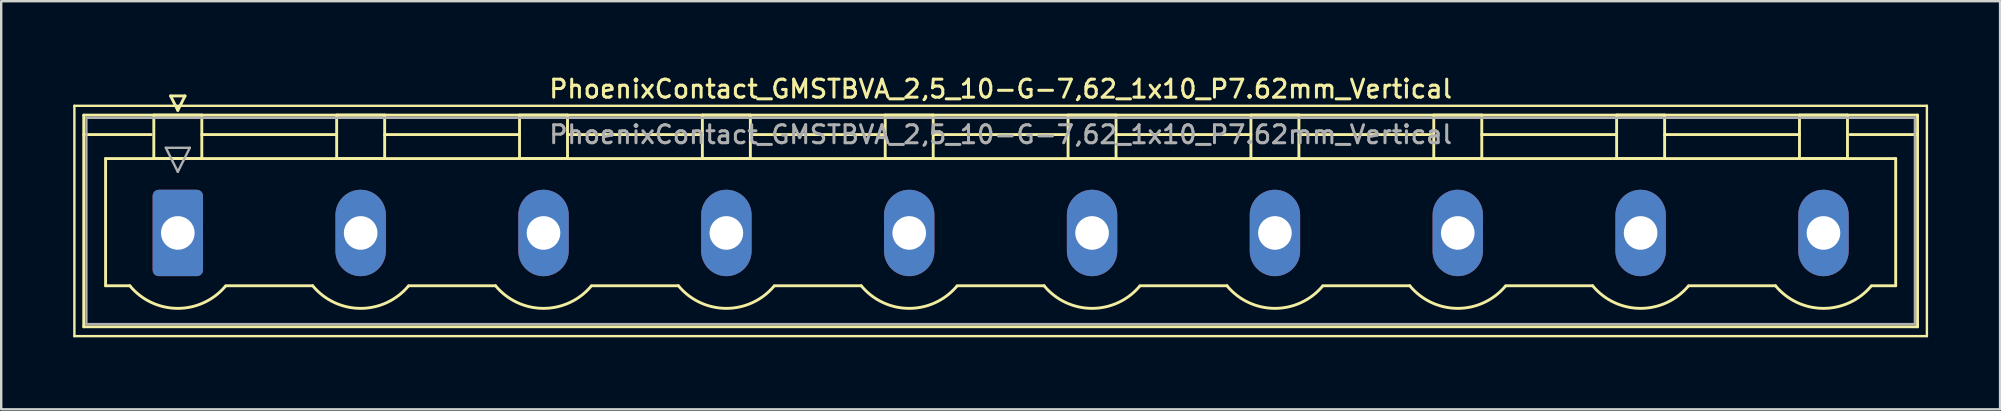
<source format=kicad_pcb>
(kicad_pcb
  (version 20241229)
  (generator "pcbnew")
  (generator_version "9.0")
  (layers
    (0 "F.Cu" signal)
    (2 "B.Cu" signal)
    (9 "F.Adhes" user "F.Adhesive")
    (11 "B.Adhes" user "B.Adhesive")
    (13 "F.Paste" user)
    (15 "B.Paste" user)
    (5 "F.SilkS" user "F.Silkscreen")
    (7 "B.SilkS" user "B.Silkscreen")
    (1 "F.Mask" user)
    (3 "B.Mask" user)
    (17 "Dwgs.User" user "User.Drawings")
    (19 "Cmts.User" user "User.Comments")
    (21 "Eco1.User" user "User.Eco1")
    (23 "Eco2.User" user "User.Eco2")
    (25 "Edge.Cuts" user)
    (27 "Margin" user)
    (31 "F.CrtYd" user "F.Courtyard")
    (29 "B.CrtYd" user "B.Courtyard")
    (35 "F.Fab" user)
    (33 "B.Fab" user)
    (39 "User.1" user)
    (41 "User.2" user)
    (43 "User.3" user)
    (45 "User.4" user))
  (footprint "PhoenixContact_GMSTBVA_2,5_10-G-7,62_1x10_P7.62mm_Vertical"
    (layer "F.Cu")
    (at 4.36 6.658)
    (property "Reference" "PhoenixContact_GMSTBVA_2,5_10-G-7,62_1x10_P7.62mm_Vertical" (at 34.29 -6 0) (layer "F.SilkS") (effects (font (size 0.75 0.75) (thickness 0.125))))
    (attr through_hole)
    (fp_line (start -4.31 -5.3) (end -4.31 4.3) (stroke (width 0.1) (type solid)) (layer "F.SilkS"))
    (fp_line (start -4.31 4.3) (end 72.89 4.3) (stroke (width 0.1) (type solid)) (layer "F.SilkS"))
    (fp_line (start -3.92 -4.91) (end -3.92 3.91) (stroke (width 0.12) (type solid)) (layer "F.SilkS"))
    (fp_line (start -3.92 -4.1) (end -1.11 -4.1) (stroke (width 0.12) (type solid)) (layer "F.SilkS"))
    (fp_line (start -3.92 3.91) (end 72.5 3.91) (stroke (width 0.12) (type solid)) (layer "F.SilkS"))
    (fp_line (start -3.01 -3.1) (end 71.59 -3.1) (stroke (width 0.12) (type solid)) (layer "F.SilkS"))
    (fp_line (start -3.01 2.2) (end -3.01 -3.1) (stroke (width 0.12) (type solid)) (layer "F.SilkS"))
    (fp_line (start -2 2.2) (end -3.01 2.2) (stroke (width 0.12) (type solid)) (layer "F.SilkS"))
    (fp_line (start -1 -4.91) (end 1 -4.91) (stroke (width 0.12) (type solid)) (layer "F.SilkS"))
    (fp_line (start -1 -3.1) (end -1 -4.91) (stroke (width 0.12) (type solid)) (layer "F.SilkS"))
    (fp_line (start -0.3 -5.71) (end 0.3 -5.71) (stroke (width 0.12) (type solid)) (layer "F.SilkS"))
    (fp_line (start 0 -5.11) (end -0.3 -5.71) (stroke (width 0.12) (type solid)) (layer "F.SilkS"))
    (fp_line (start 0.3 -5.71) (end 0 -5.11) (stroke (width 0.12) (type solid)) (layer "F.SilkS"))
    (fp_line (start 1 -4.91) (end 1 -3.1) (stroke (width 0.12) (type solid)) (layer "F.SilkS"))
    (fp_line (start 1 -4.1) (end 6.62 -4.1) (stroke (width 0.12) (type solid)) (layer "F.SilkS"))
    (fp_line (start 1 -3.1) (end -1 -3.1) (stroke (width 0.12) (type solid)) (layer "F.SilkS"))
    (fp_line (start 2 2.2) (end 5.62 2.2) (stroke (width 0.12) (type solid)) (layer "F.SilkS"))
    (fp_line (start 6.62 -4.91) (end 8.62 -4.91) (stroke (width 0.12) (type solid)) (layer "F.SilkS"))
    (fp_line (start 6.62 -3.1) (end 6.62 -4.91) (stroke (width 0.12) (type solid)) (layer "F.SilkS"))
    (fp_line (start 8.62 -4.91) (end 8.62 -3.1) (stroke (width 0.12) (type solid)) (layer "F.SilkS"))
    (fp_line (start 8.62 -4.1) (end 14.24 -4.1) (stroke (width 0.12) (type solid)) (layer "F.SilkS"))
    (fp_line (start 8.62 -3.1) (end 6.62 -3.1) (stroke (width 0.12) (type solid)) (layer "F.SilkS"))
    (fp_line (start 9.62 2.2) (end 13.24 2.2) (stroke (width 0.12) (type solid)) (layer "F.SilkS"))
    (fp_line (start 14.24 -4.91) (end 16.24 -4.91) (stroke (width 0.12) (type solid)) (layer "F.SilkS"))
    (fp_line (start 14.24 -3.1) (end 14.24 -4.91) (stroke (width 0.12) (type solid)) (layer "F.SilkS"))
    (fp_line (start 16.24 -4.91) (end 16.24 -3.1) (stroke (width 0.12) (type solid)) (layer "F.SilkS"))
    (fp_line (start 16.24 -4.1) (end 21.86 -4.1) (stroke (width 0.12) (type solid)) (layer "F.SilkS"))
    (fp_line (start 16.24 -3.1) (end 14.24 -3.1) (stroke (width 0.12) (type solid)) (layer "F.SilkS"))
    (fp_line (start 17.24 2.2) (end 20.86 2.2) (stroke (width 0.12) (type solid)) (layer "F.SilkS"))
    (fp_line (start 21.86 -4.91) (end 23.86 -4.91) (stroke (width 0.12) (type solid)) (layer "F.SilkS"))
    (fp_line (start 21.86 -3.1) (end 21.86 -4.91) (stroke (width 0.12) (type solid)) (layer "F.SilkS"))
    (fp_line (start 23.86 -4.91) (end 23.86 -3.1) (stroke (width 0.12) (type solid)) (layer "F.SilkS"))
    (fp_line (start 23.86 -4.1) (end 29.48 -4.1) (stroke (width 0.12) (type solid)) (layer "F.SilkS"))
    (fp_line (start 23.86 -3.1) (end 21.86 -3.1) (stroke (width 0.12) (type solid)) (layer "F.SilkS"))
    (fp_line (start 24.86 2.2) (end 28.48 2.2) (stroke (width 0.12) (type solid)) (layer "F.SilkS"))
    (fp_line (start 29.48 -4.91) (end 31.48 -4.91) (stroke (width 0.12) (type solid)) (layer "F.SilkS"))
    (fp_line (start 29.48 -3.1) (end 29.48 -4.91) (stroke (width 0.12) (type solid)) (layer "F.SilkS"))
    (fp_line (start 31.48 -4.91) (end 31.48 -3.1) (stroke (width 0.12) (type solid)) (layer "F.SilkS"))
    (fp_line (start 31.48 -4.1) (end 37.1 -4.1) (stroke (width 0.12) (type solid)) (layer "F.SilkS"))
    (fp_line (start 31.48 -3.1) (end 29.48 -3.1) (stroke (width 0.12) (type solid)) (layer "F.SilkS"))
    (fp_line (start 32.48 2.2) (end 36.1 2.2) (stroke (width 0.12) (type solid)) (layer "F.SilkS"))
    (fp_line (start 37.1 -4.91) (end 39.1 -4.91) (stroke (width 0.12) (type solid)) (layer "F.SilkS"))
    (fp_line (start 37.1 -3.1) (end 37.1 -4.91) (stroke (width 0.12) (type solid)) (layer "F.SilkS"))
    (fp_line (start 39.1 -4.91) (end 39.1 -3.1) (stroke (width 0.12) (type solid)) (layer "F.SilkS"))
    (fp_line (start 39.1 -4.1) (end 44.72 -4.1) (stroke (width 0.12) (type solid)) (layer "F.SilkS"))
    (fp_line (start 39.1 -3.1) (end 37.1 -3.1) (stroke (width 0.12) (type solid)) (layer "F.SilkS"))
    (fp_line (start 40.1 2.2) (end 43.72 2.2) (stroke (width 0.12) (type solid)) (layer "F.SilkS"))
    (fp_line (start 44.72 -4.91) (end 46.72 -4.91) (stroke (width 0.12) (type solid)) (layer "F.SilkS"))
    (fp_line (start 44.72 -3.1) (end 44.72 -4.91) (stroke (width 0.12) (type solid)) (layer "F.SilkS"))
    (fp_line (start 46.72 -4.91) (end 46.72 -3.1) (stroke (width 0.12) (type solid)) (layer "F.SilkS"))
    (fp_line (start 46.72 -4.1) (end 52.34 -4.1) (stroke (width 0.12) (type solid)) (layer "F.SilkS"))
    (fp_line (start 46.72 -3.1) (end 44.72 -3.1) (stroke (width 0.12) (type solid)) (layer "F.SilkS"))
    (fp_line (start 47.72 2.2) (end 51.34 2.2) (stroke (width 0.12) (type solid)) (layer "F.SilkS"))
    (fp_line (start 52.34 -4.91) (end 54.34 -4.91) (stroke (width 0.12) (type solid)) (layer "F.SilkS"))
    (fp_line (start 52.34 -3.1) (end 52.34 -4.91) (stroke (width 0.12) (type solid)) (layer "F.SilkS"))
    (fp_line (start 54.34 -4.91) (end 54.34 -3.1) (stroke (width 0.12) (type solid)) (layer "F.SilkS"))
    (fp_line (start 54.34 -4.1) (end 59.96 -4.1) (stroke (width 0.12) (type solid)) (layer "F.SilkS"))
    (fp_line (start 54.34 -3.1) (end 52.34 -3.1) (stroke (width 0.12) (type solid)) (layer "F.SilkS"))
    (fp_line (start 55.34 2.2) (end 58.96 2.2) (stroke (width 0.12) (type solid)) (layer "F.SilkS"))
    (fp_line (start 59.96 -4.91) (end 61.96 -4.91) (stroke (width 0.12) (type solid)) (layer "F.SilkS"))
    (fp_line (start 59.96 -3.1) (end 59.96 -4.91) (stroke (width 0.12) (type solid)) (layer "F.SilkS"))
    (fp_line (start 61.96 -4.91) (end 61.96 -3.1) (stroke (width 0.12) (type solid)) (layer "F.SilkS"))
    (fp_line (start 61.96 -4.1) (end 67.58 -4.1) (stroke (width 0.12) (type solid)) (layer "F.SilkS"))
    (fp_line (start 61.96 -3.1) (end 59.96 -3.1) (stroke (width 0.12) (type solid)) (layer "F.SilkS"))
    (fp_line (start 62.96 2.2) (end 66.58 2.2) (stroke (width 0.12) (type solid)) (layer "F.SilkS"))
    (fp_line (start 67.58 -4.91) (end 69.58 -4.91) (stroke (width 0.12) (type solid)) (layer "F.SilkS"))
    (fp_line (start 67.58 -3.1) (end 67.58 -4.91) (stroke (width 0.12) (type solid)) (layer "F.SilkS"))
    (fp_line (start 69.58 -4.91) (end 69.58 -3.1) (stroke (width 0.12) (type solid)) (layer "F.SilkS"))
    (fp_line (start 69.58 -3.1) (end 67.58 -3.1) (stroke (width 0.12) (type solid)) (layer "F.SilkS"))
    (fp_line (start 71.59 -3.1) (end 71.59 2.2) (stroke (width 0.12) (type solid)) (layer "F.SilkS"))
    (fp_line (start 71.59 2.2) (end 70.58 2.2) (stroke (width 0.12) (type solid)) (layer "F.SilkS"))
    (fp_line (start 72.5 -4.91) (end -3.92 -4.91) (stroke (width 0.12) (type solid)) (layer "F.SilkS"))
    (fp_line (start 72.5 -4.1) (end 69.69 -4.1) (stroke (width 0.12) (type solid)) (layer "F.SilkS"))
    (fp_line (start 72.5 3.91) (end 72.5 -4.91) (stroke (width 0.12) (type solid)) (layer "F.SilkS"))
    (fp_line (start 72.89 -5.3) (end -4.31 -5.3) (stroke (width 0.1) (type solid)) (layer "F.SilkS"))
    (fp_line (start 72.89 4.3) (end 72.89 -5.3) (stroke (width 0.1) (type solid)) (layer "F.SilkS"))
    (fp_arc (start 1.986842 2.215821) (mid -0.010289 3.142758) (end -2 2.2) (stroke (width 0.12) (type solid)) (layer "F.SilkS"))
    (fp_arc (start 9.606842 2.215821) (mid 7.609711 3.142758) (end 5.62 2.2) (stroke (width 0.12) (type solid)) (layer "F.SilkS"))
    (fp_arc (start 17.226842 2.215821) (mid 15.229711 3.142758) (end 13.24 2.2) (stroke (width 0.12) (type solid)) (layer "F.SilkS"))
    (fp_arc (start 24.846842 2.215821) (mid 22.849711 3.142758) (end 20.86 2.2) (stroke (width 0.12) (type solid)) (layer "F.SilkS"))
    (fp_arc (start 32.466842 2.215821) (mid 30.469711 3.142758) (end 28.48 2.2) (stroke (width 0.12) (type solid)) (layer "F.SilkS"))
    (fp_arc (start 40.086842 2.215821) (mid 38.089711 3.142758) (end 36.1 2.2) (stroke (width 0.12) (type solid)) (layer "F.SilkS"))
    (fp_arc (start 47.706842 2.215821) (mid 45.709711 3.142758) (end 43.72 2.2) (stroke (width 0.12) (type solid)) (layer "F.SilkS"))
    (fp_arc (start 55.326842 2.215821) (mid 53.329711 3.142758) (end 51.34 2.2) (stroke (width 0.12) (type solid)) (layer "F.SilkS"))
    (fp_arc (start 62.946842 2.215821) (mid 60.949711 3.142758) (end 58.96 2.2) (stroke (width 0.12) (type solid)) (layer "F.SilkS"))
    (fp_arc (start 70.566842 2.215821) (mid 68.569711 3.142758) (end 66.58 2.2) (stroke (width 0.12) (type solid)) (layer "F.SilkS"))
    (fp_line (start -3.81 -4.8) (end -3.81 3.8) (stroke (width 0.1) (type solid)) (layer "F.Fab"))
    (fp_line (start -3.81 3.8) (end 72.39 3.8) (stroke (width 0.1) (type solid)) (layer "F.Fab"))
    (fp_line (start -0.5 -3.55) (end 0.5 -3.55) (stroke (width 0.1) (type solid)) (layer "F.Fab"))
    (fp_line (start 0 -2.55) (end -0.5 -3.55) (stroke (width 0.1) (type solid)) (layer "F.Fab"))
    (fp_line (start 0.5 -3.55) (end 0 -2.55) (stroke (width 0.1) (type solid)) (layer "F.Fab"))
    (fp_line (start 72.39 -4.8) (end -3.81 -4.8) (stroke (width 0.1) (type solid)) (layer "F.Fab"))
    (fp_line (start 72.39 3.8) (end 72.39 -4.8) (stroke (width 0.1) (type solid)) (layer "F.Fab"))
    (fp_text user "${REFERENCE}" (at 34.29 -4.1 0) (layer "F.Fab") (effects (font (size 0.75 0.75) (thickness 0.125))))
    (pad "1" thru_hole roundrect (at 0 0) (size 2.1 3.6) (drill 1.4) (layers "*.Cu" "*.Mask") (roundrect_rratio 0.119))
    (pad "2" thru_hole oval (at 7.62 0) (size 2.1 3.6) (drill 1.4) (layers "*.Cu" "*.Mask"))
    (pad "3" thru_hole oval (at 15.24 0) (size 2.1 3.6) (drill 1.4) (layers "*.Cu" "*.Mask"))
    (pad "4" thru_hole oval (at 22.86 0) (size 2.1 3.6) (drill 1.4) (layers "*.Cu" "*.Mask"))
    (pad "5" thru_hole oval (at 30.48 0) (size 2.1 3.6) (drill 1.4) (layers "*.Cu" "*.Mask"))
    (pad "6" thru_hole oval (at 38.1 0) (size 2.1 3.6) (drill 1.4) (layers "*.Cu" "*.Mask"))
    (pad "7" thru_hole oval (at 45.72 0) (size 2.1 3.6) (drill 1.4) (layers "*.Cu" "*.Mask"))
    (pad "8" thru_hole oval (at 53.34 0) (size 2.1 3.6) (drill 1.4) (layers "*.Cu" "*.Mask"))
    (pad "9" thru_hole oval (at 60.96 0) (size 2.1 3.6) (drill 1.4) (layers "*.Cu" "*.Mask"))
    (pad "10" thru_hole oval (at 68.58 0) (size 2.1 3.6) (drill 1.4) (layers "*.Cu" "*.Mask")))
  (gr_rect
    (start -3 -3)
    (end 80.3 14.008)
    (stroke (width 0.1) (type default))
    (fill no)
    (layer "Edge.Cuts")))
</source>
